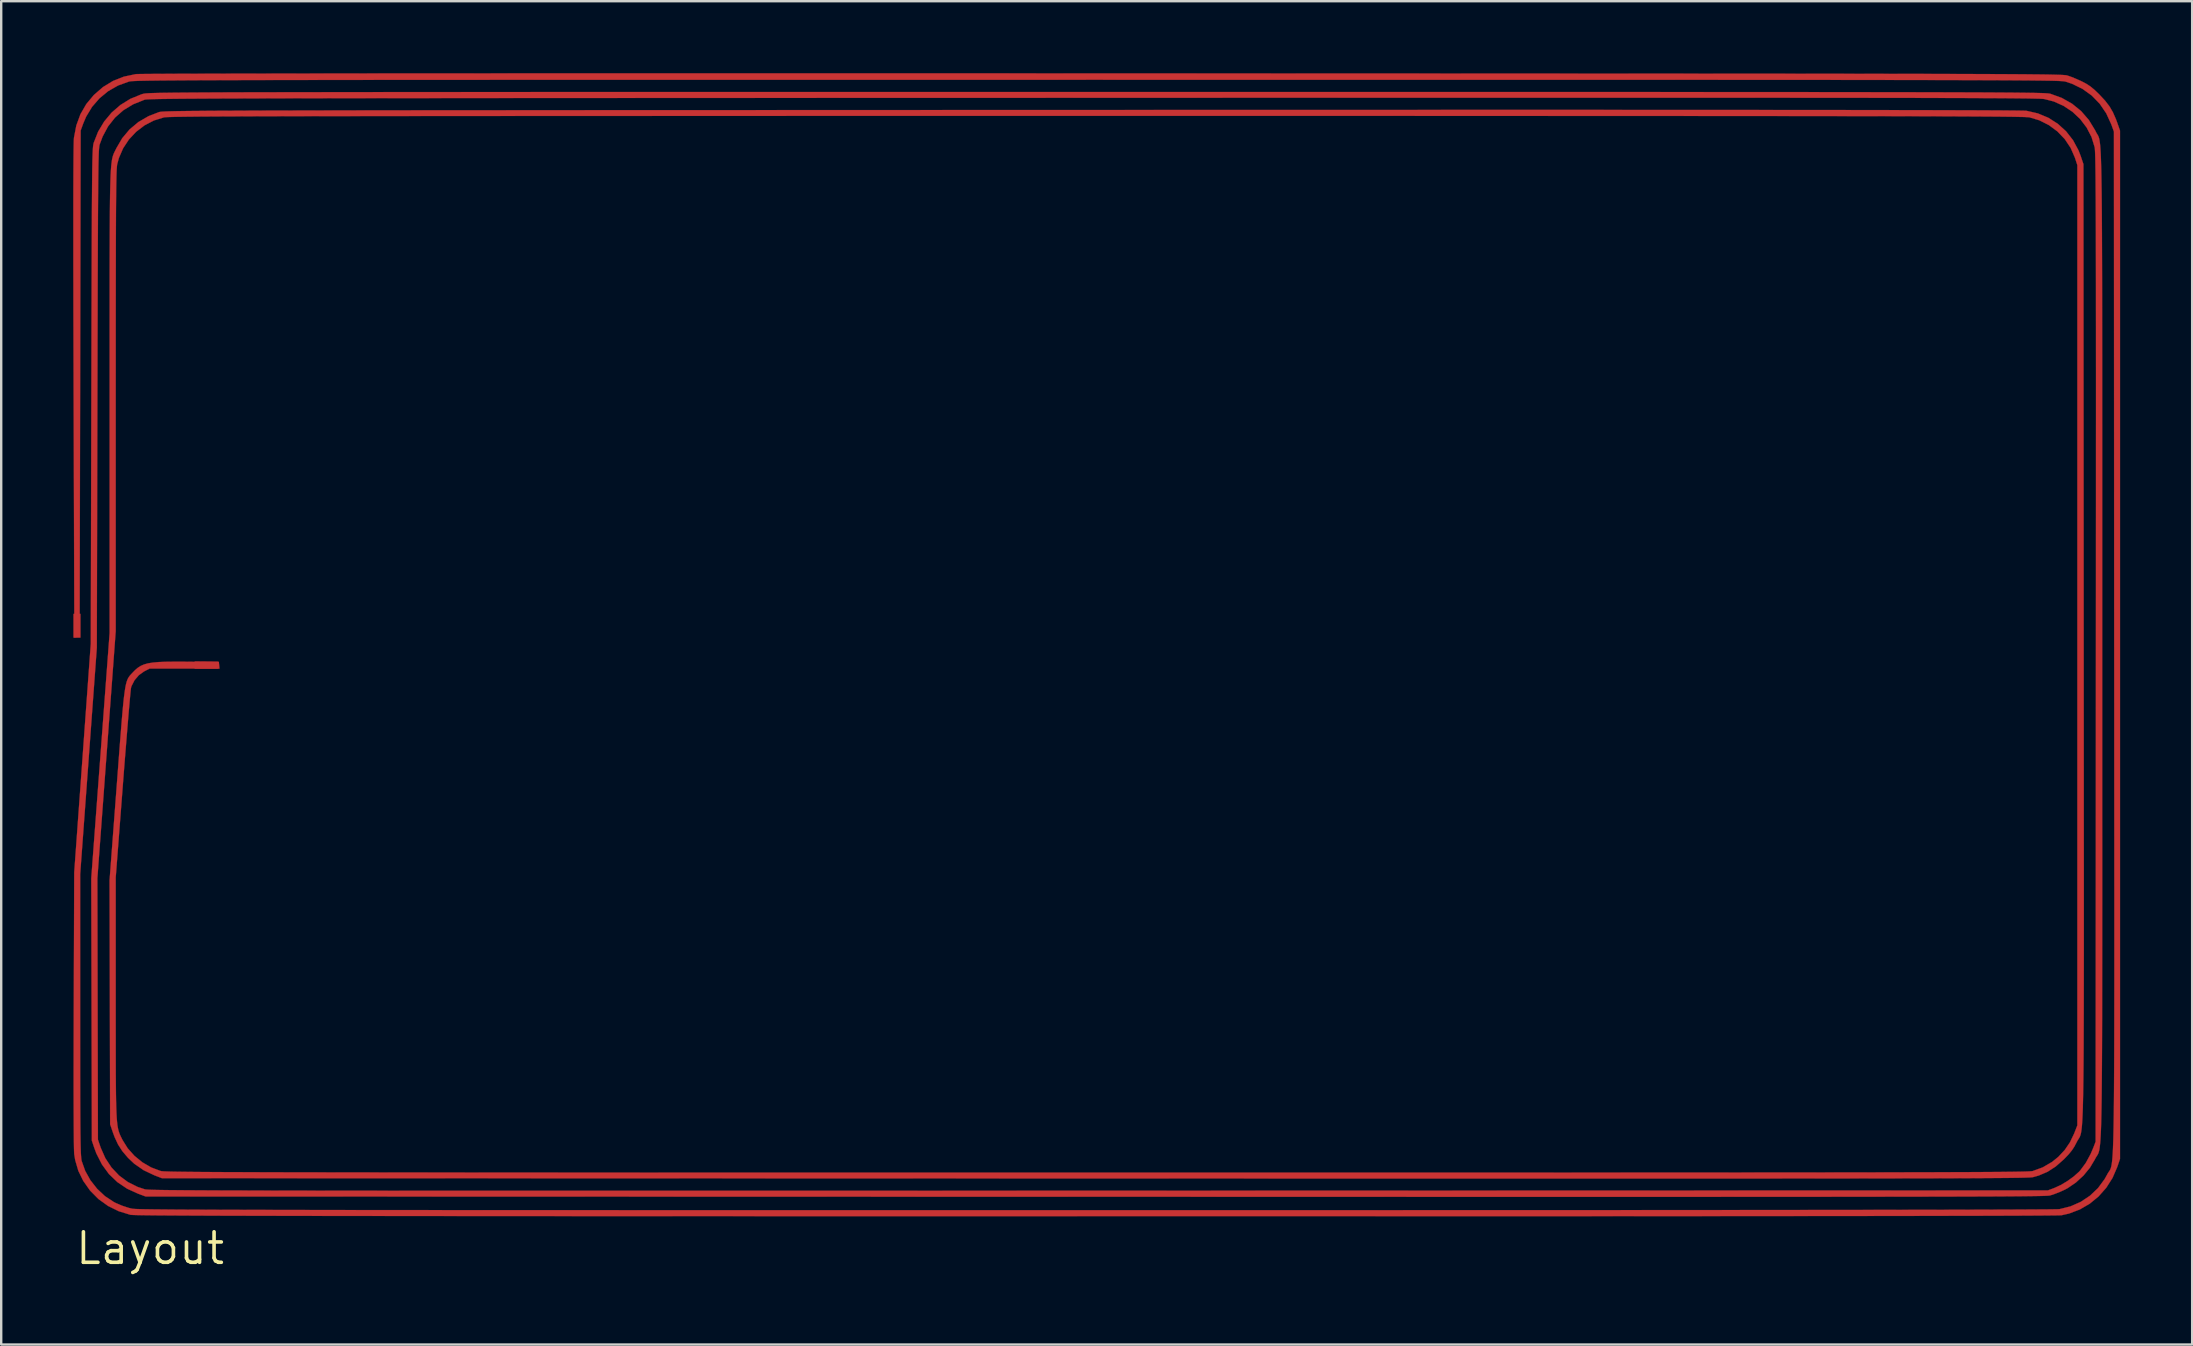
<source format=kicad_pcb>
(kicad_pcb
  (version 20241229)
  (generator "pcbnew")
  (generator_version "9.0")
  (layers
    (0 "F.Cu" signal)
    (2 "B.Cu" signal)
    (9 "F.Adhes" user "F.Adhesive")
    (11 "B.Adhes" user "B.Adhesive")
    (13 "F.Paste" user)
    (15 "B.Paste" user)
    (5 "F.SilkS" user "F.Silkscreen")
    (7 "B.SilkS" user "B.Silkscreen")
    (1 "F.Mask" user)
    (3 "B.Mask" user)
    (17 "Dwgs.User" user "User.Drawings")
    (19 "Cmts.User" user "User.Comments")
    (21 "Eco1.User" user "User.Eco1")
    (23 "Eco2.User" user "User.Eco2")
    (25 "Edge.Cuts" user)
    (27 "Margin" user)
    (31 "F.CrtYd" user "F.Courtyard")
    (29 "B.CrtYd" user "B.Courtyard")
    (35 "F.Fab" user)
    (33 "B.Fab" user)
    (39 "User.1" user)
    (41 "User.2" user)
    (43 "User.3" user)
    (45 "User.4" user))
  (footprint "Layout"
    (layer "F.Cu")
    (at 42.707 23.959)
    (property "Reference" "Layout" (at -39.5 25 0) (layer "F.SilkS") (effects (font (size 1.27 1.27) (thickness 0.15))))
    (attr through_hole)
    (fp_poly (pts (xy -13.17 -23.954) (xy -10.997 -23.954) (xy -8.741 -23.954) (xy -6.4 -23.953) (xy -3.975 -23.953) (xy -1.467 -23.952) (xy 0.169 -23.952) (xy 2.383 -23.951) (xy 4.513 -23.95) (xy 6.562 -23.95) (xy 8.532 -23.949) (xy 10.422 -23.948) (xy 12.237 -23.948) (xy 13.976 -23.947) (xy 15.641 -23.946) (xy 17.235 -23.946) (xy 18.758 -23.945) (xy 20.213 -23.944) (xy 21.6 -23.944) (xy 22.922 -23.943) (xy 24.181 -23.942) (xy 25.376 -23.941) (xy 26.511 -23.94) (xy 27.587 -23.94) (xy 28.606 -23.939) (xy 29.568 -23.938) (xy 30.476 -23.937) (xy 31.331 -23.936) (xy 32.135 -23.935) (xy 32.89 -23.933) (xy 33.597 -23.932) (xy 34.257 -23.931) (xy 34.872 -23.93) (xy 35.444 -23.928) (xy 35.975 -23.927) (xy 36.466 -23.925) (xy 36.918 -23.923) (xy 37.333 -23.922) (xy 37.714 -23.92) (xy 38.06 -23.918) (xy 38.375 -23.916) (xy 38.659 -23.914) (xy 38.915 -23.911) (xy 39.143 -23.909) (xy 39.345 -23.907) (xy 39.524 -23.904) (xy 39.68 -23.901) (xy 39.815 -23.898) (xy 39.931 -23.895) (xy 40.029 -23.892) (xy 40.111 -23.889) (xy 40.179 -23.886) (xy 40.234 -23.882) (xy 40.278 -23.879) (xy 40.312 -23.875) (xy 40.338 -23.871) (xy 40.357 -23.867) (xy 40.365 -23.865) (xy 40.523 -23.811) (xy 40.721 -23.731) (xy 40.922 -23.642) (xy 40.979 -23.615) (xy 41.167 -23.516) (xy 41.329 -23.41) (xy 41.489 -23.279) (xy 41.674 -23.103) (xy 41.701 -23.076) (xy 41.94 -22.82) (xy 42.124 -22.582) (xy 42.27 -22.332) (xy 42.396 -22.045) (xy 42.447 -21.907) (xy 42.566 -21.569) (xy 42.566 21.273) (xy 42.451 21.611) (xy 42.254 22.065) (xy 41.992 22.476) (xy 41.673 22.836) (xy 41.303 23.14) (xy 40.892 23.379) (xy 40.447 23.548) (xy 40.129 23.62) (xy 40.077 23.622) (xy 39.956 23.625) (xy 39.764 23.627) (xy 39.503 23.63) (xy 39.17 23.632) (xy 38.765 23.635) (xy 38.289 23.637) (xy 37.74 23.639) (xy 37.119 23.641) (xy 36.424 23.643) (xy 35.655 23.644) (xy 34.812 23.646) (xy 33.894 23.648) (xy 32.901 23.649) (xy 31.832 23.651) (xy 30.687 23.652) (xy 29.465 23.653) (xy 28.166 23.654) (xy 26.79 23.655) (xy 25.335 23.656) (xy 23.802 23.657) (xy 22.189 23.658) (xy 20.497 23.659) (xy 18.725 23.659) (xy 16.872 23.66) (xy 14.939 23.66) (xy 12.924 23.66) (xy 10.827 23.661) (xy 8.647 23.661) (xy 6.385 23.661) (xy 4.039 23.661) (xy 1.61 23.661) (xy -0.106 23.661) (xy -2.371 23.66) (xy -4.552 23.66) (xy -6.652 23.66) (xy -8.672 23.66) (xy -10.613 23.659) (xy -12.476 23.659) (xy -14.264 23.659) (xy -15.977 23.658) (xy -17.617 23.658) (xy -19.185 23.657) (xy -20.684 23.657) (xy -22.113 23.656) (xy -23.476 23.655) (xy -24.772 23.655) (xy -26.005 23.654) (xy -27.175 23.653) (xy -28.283 23.652) (xy -29.331 23.651) (xy -30.321 23.65) (xy -31.254 23.649) (xy -32.131 23.648) (xy -32.954 23.647) (xy -33.725 23.646) (xy -34.444 23.644) (xy -35.114 23.643) (xy -35.735 23.641) (xy -36.31 23.64) (xy -36.839 23.638) (xy -37.324 23.636) (xy -37.767 23.634) (xy -38.169 23.632) (xy -38.531 23.63) (xy -38.856 23.628) (xy -39.143 23.626) (xy -39.396 23.624) (xy -39.615 23.621) (xy -39.801 23.619) (xy -39.957 23.616) (xy -40.083 23.613) (xy -40.181 23.61) (xy -40.253 23.607) (xy -40.3 23.604) (xy -40.322 23.602) (xy -40.808 23.453) (xy -41.255 23.233) (xy -41.655 22.945) (xy -42.002 22.595) (xy -42.289 22.189) (xy -42.494 21.769) (xy -42.624 21.326) (xy -42.665 21.077) (xy -42.67 20.991) (xy -42.675 20.824) (xy -42.679 20.581) (xy -42.682 20.264) (xy -42.685 19.879) (xy -42.687 19.429) (xy -42.689 18.917) (xy -42.69 18.349) (xy -42.69 17.727) (xy -42.689 17.056) (xy -42.688 16.34) (xy -42.686 15.582) (xy -42.685 15.048) (xy -42.665 9.335) (xy -41.975 -0.191) (xy -41.952 -10.499) (xy -41.949 -11.603) (xy -41.947 -12.627) (xy -41.945 -13.572) (xy -41.942 -14.442) (xy -41.94 -15.24) (xy -41.938 -15.969) (xy -41.936 -16.633) (xy -41.934 -17.235) (xy -41.931 -17.778) (xy -41.929 -18.265) (xy -41.926 -18.699) (xy -41.923 -19.084) (xy -41.92 -19.422) (xy -41.917 -19.718) (xy -41.914 -19.973) (xy -41.91 -20.192) (xy -41.906 -20.378) (xy -41.901 -20.533) (xy -41.896 -20.662) (xy -41.891 -20.766) (xy -41.885 -20.85) (xy -41.879 -20.916) (xy -41.872 -20.969) (xy -41.865 -21.01) (xy -41.857 -21.043) (xy -41.852 -21.061) (xy -41.67 -21.522) (xy -41.419 -21.943) (xy -41.107 -22.317) (xy -40.74 -22.635) (xy -40.326 -22.891) (xy -39.874 -23.076) (xy -39.793 -23.1) (xy -39.776 -23.104) (xy -39.755 -23.108) (xy -39.728 -23.112) (xy -39.694 -23.116) (xy -39.652 -23.12) (xy -39.598 -23.123) (xy -39.533 -23.127) (xy -39.454 -23.13) (xy -39.36 -23.133) (xy -39.249 -23.136) (xy -39.119 -23.139) (xy -38.97 -23.142) (xy -38.798 -23.144) (xy -38.603 -23.147) (xy -38.384 -23.149) (xy -38.137 -23.151) (xy -37.863 -23.153) (xy -37.559 -23.155) (xy -37.223 -23.157) (xy -36.855 -23.159) (xy -36.452 -23.161) (xy -36.012 -23.162) (xy -35.535 -23.164) (xy -35.019 -23.165) (xy -34.461 -23.166) (xy -33.861 -23.167) (xy -33.216 -23.168) (xy -32.526 -23.169) (xy -31.788 -23.17) (xy -31.001 -23.171) (xy -30.163 -23.172) (xy -29.273 -23.173) (xy -28.33 -23.173) (xy -27.33 -23.174) (xy -26.274 -23.175) (xy -25.158 -23.175) (xy -23.983 -23.175) (xy -22.745 -23.176) (xy -21.444 -23.176) (xy -20.077 -23.176) (xy -18.644 -23.177) (xy -17.143 -23.177) (xy -15.571 -23.177) (xy -13.928 -23.177) (xy -12.211 -23.177) (xy -10.42 -23.177) (xy -8.552 -23.177) (xy -6.606 -23.177) (xy -4.581 -23.177) (xy -2.474 -23.177) (xy -0.284 -23.177) (xy -0.064 -23.177) (xy 2.135 -23.177) (xy 4.251 -23.177) (xy 6.286 -23.177) (xy 8.24 -23.177) (xy 10.117 -23.177) (xy 11.917 -23.177) (xy 13.641 -23.177) (xy 15.293 -23.177) (xy 16.872 -23.177) (xy 18.381 -23.177) (xy 19.822 -23.176) (xy 21.196 -23.176) (xy 22.504 -23.176) (xy 23.749 -23.175) (xy 24.931 -23.175) (xy 26.053 -23.174) (xy 27.116 -23.174) (xy 28.122 -23.173) (xy 29.072 -23.173) (xy 29.968 -23.172) (xy 30.811 -23.171) (xy 31.604 -23.17) (xy 32.347 -23.169) (xy 33.042 -23.168) (xy 33.692 -23.167) (xy 34.296 -23.166) (xy 34.859 -23.165) (xy 35.379 -23.163) (xy 35.861 -23.162) (xy 36.304 -23.16) (xy 36.71 -23.159) (xy 37.082 -23.157) (xy 37.421 -23.155) (xy 37.728 -23.153) (xy 38.005 -23.151) (xy 38.254 -23.149) (xy 38.476 -23.146) (xy 38.673 -23.144) (xy 38.846 -23.141) (xy 38.997 -23.139) (xy 39.128 -23.136) (xy 39.24 -23.133) (xy 39.336 -23.13) (xy 39.415 -23.127) (xy 39.481 -23.123) (xy 39.534 -23.12) (xy 39.577 -23.116) (xy 39.61 -23.112) (xy 39.636 -23.108) (xy 39.657 -23.104) (xy 39.666 -23.102) (xy 40.142 -22.929) (xy 40.57 -22.687) (xy 40.947 -22.38) (xy 41.268 -22.01) (xy 41.528 -21.583) (xy 41.557 -21.525) (xy 41.577 -21.485) (xy 41.596 -21.452) (xy 41.615 -21.422) (xy 41.632 -21.394) (xy 41.648 -21.366) (xy 41.664 -21.334) (xy 41.678 -21.298) (xy 41.692 -21.255) (xy 41.704 -21.202) (xy 41.716 -21.138) (xy 41.727 -21.059) (xy 41.738 -20.965) (xy 41.747 -20.852) (xy 41.756 -20.718) (xy 41.764 -20.562) (xy 41.772 -20.38) (xy 41.778 -20.171) (xy 41.785 -19.932) (xy 41.79 -19.662) (xy 41.795 -19.358) (xy 41.8 -19.017) (xy 41.804 -18.638) (xy 41.808 -18.217) (xy 41.811 -17.754) (xy 41.814 -17.246) (xy 41.816 -16.69) (xy 41.818 -16.085) (xy 41.82 -15.427) (xy 41.821 -14.715) (xy 41.822 -13.947) (xy 41.823 -13.12) (xy 41.824 -12.232) (xy 41.824 -11.281) (xy 41.824 -10.265) (xy 41.825 -9.181) (xy 41.825 -8.027) (xy 41.825 -6.801) (xy 41.825 -5.501) (xy 41.825 -4.124) (xy 41.825 -2.668) (xy 41.825 -1.131) (xy 41.825 -0.157) (xy 41.825 1.432) (xy 41.825 2.938) (xy 41.825 4.363) (xy 41.825 5.711) (xy 41.825 6.983) (xy 41.826 8.181) (xy 41.826 9.309) (xy 41.826 10.367) (xy 41.825 11.359) (xy 41.825 12.286) (xy 41.824 13.15) (xy 41.823 13.955) (xy 41.822 14.702) (xy 41.821 15.393) (xy 41.819 16.031) (xy 41.817 16.618) (xy 41.814 17.157) (xy 41.811 17.648) (xy 41.807 18.095) (xy 41.803 18.5) (xy 41.799 18.865) (xy 41.794 19.193) (xy 41.788 19.485) (xy 41.782 19.744) (xy 41.775 19.972) (xy 41.767 20.171) (xy 41.758 20.344) (xy 41.749 20.493) (xy 41.739 20.619) (xy 41.728 20.726) (xy 41.717 20.816) (xy 41.704 20.89) (xy 41.691 20.951) (xy 41.676 21.001) (xy 41.661 21.043) (xy 41.644 21.079) (xy 41.627 21.11) (xy 41.608 21.14) (xy 41.589 21.17) (xy 41.568 21.203) (xy 41.546 21.24) (xy 41.523 21.285) (xy 41.521 21.29) (xy 41.315 21.636) (xy 41.045 21.965) (xy 40.728 22.256) (xy 40.386 22.49) (xy 40.259 22.558) (xy 40.064 22.646) (xy 39.861 22.726) (xy 39.686 22.785) (xy 39.644 22.796) (xy 39.623 22.8) (xy 39.589 22.803) (xy 39.54 22.807) (xy 39.475 22.81) (xy 39.392 22.813) (xy 39.29 22.816) (xy 39.166 22.819) (xy 39.02 22.821) (xy 38.85 22.824) (xy 38.654 22.826) (xy 38.431 22.829) (xy 38.178 22.831) (xy 37.896 22.833) (xy 37.581 22.835) (xy 37.233 22.837) (xy 36.849 22.838) (xy 36.429 22.84) (xy 35.971 22.841) (xy 35.472 22.843) (xy 34.933 22.844) (xy 34.35 22.845) (xy 33.723 22.846) (xy 33.049 22.847) (xy 32.328 22.848) (xy 31.558 22.849) (xy 30.737 22.85) (xy 29.864 22.851) (xy 28.936 22.851) (xy 27.954 22.852) (xy 26.914 22.852) (xy 25.815 22.853) (xy 24.656 22.853) (xy 23.436 22.853) (xy 22.152 22.853) (xy 20.803 22.853) (xy 19.388 22.853) (xy 17.905 22.853) (xy 16.352 22.853) (xy 14.728 22.853) (xy 13.031 22.853) (xy 11.26 22.852) (xy 9.413 22.852) (xy 7.488 22.851) (xy 5.485 22.851) (xy 3.401 22.85) (xy 1.235 22.85) (xy -0.15 22.85) (xy -39.688 22.839) (xy -39.998 22.725) (xy -40.461 22.514) (xy -40.868 22.239) (xy -41.218 21.903) (xy -41.509 21.505) (xy -41.742 21.048) (xy -41.832 20.807) (xy -41.931 20.511) (xy -41.943 15.046) (xy -41.955 9.582) (xy -41.573 4.471) (xy -41.19 -0.64) (xy -41.19 -10.244) (xy -41.19 -11.329) (xy -41.19 -12.333) (xy -41.191 -13.259) (xy -41.19 -14.11) (xy -41.19 -14.89) (xy -41.19 -15.602) (xy -41.189 -16.249) (xy -41.187 -16.835) (xy -41.185 -17.363) (xy -41.182 -17.836) (xy -41.179 -18.258) (xy -41.175 -18.632) (xy -41.17 -18.961) (xy -41.163 -19.249) (xy -41.156 -19.499) (xy -41.148 -19.714) (xy -41.138 -19.898) (xy -41.127 -20.054) (xy -41.114 -20.185) (xy -41.1 -20.295) (xy -41.085 -20.387) (xy -41.067 -20.464) (xy -41.048 -20.53) (xy -41.027 -20.588) (xy -41.004 -20.641) (xy -40.979 -20.693) (xy -40.952 -20.747) (xy -40.922 -20.806) (xy -40.913 -20.827) (xy -40.666 -21.25) (xy -40.358 -21.617) (xy -39.991 -21.925) (xy -39.569 -22.17) (xy -39.135 -22.338) (xy -39.118 -22.342) (xy -39.098 -22.346) (xy -39.071 -22.35) (xy -39.037 -22.354) (xy -38.994 -22.358) (xy -38.939 -22.361) (xy -38.872 -22.365) (xy -38.791 -22.368) (xy -38.694 -22.371) (xy -38.58 -22.374) (xy -38.446 -22.377) (xy -38.292 -22.38) (xy -38.115 -22.382) (xy -37.915 -22.385) (xy -37.689 -22.387) (xy -37.436 -22.389) (xy -37.154 -22.392) (xy -36.842 -22.394) (xy -36.497 -22.396) (xy -36.119 -22.397) (xy -35.706 -22.399) (xy -35.255 -22.401) (xy -34.766 -22.403) (xy -34.237 -22.404) (xy -33.666 -22.405) (xy -33.052 -22.407) (xy -32.392 -22.408) (xy -31.686 -22.409) (xy -30.932 -22.411) (xy -30.127 -22.412) (xy -29.271 -22.413) (xy -28.362 -22.414) (xy -27.398 -22.415) (xy -26.377 -22.416) (xy -25.299 -22.416) (xy -24.16 -22.417) (xy -22.961 -22.418) (xy -21.698 -22.419) (xy -20.371 -22.42) (xy -18.978 -22.42) (xy -17.516 -22.421) (xy -15.986 -22.422) (xy -14.384 -22.422) (xy -12.709 -22.423) (xy -10.961 -22.424) (xy -9.136 -22.424) (xy -7.233 -22.425) (xy -5.252 -22.426) (xy -3.189 -22.426) (xy -1.044 -22.427) (xy -0.275 -22.427) (xy 2.06 -22.428) (xy 4.312 -22.429) (xy 6.481 -22.429) (xy 8.568 -22.43) (xy 10.576 -22.43) (xy 12.503 -22.43) (xy 14.353 -22.431) (xy 16.125 -22.431) (xy 17.821 -22.431) (xy 19.442 -22.431) (xy 20.989 -22.431) (xy 22.462 -22.43) (xy 23.864 -22.43) (xy 25.195 -22.429) (xy 26.456 -22.429) (xy 27.648 -22.428) (xy 28.773 -22.427) (xy 29.83 -22.427) (xy 30.822 -22.426) (xy 31.75 -22.424) (xy 32.614 -22.423) (xy 33.416 -22.422) (xy 34.156 -22.421) (xy 34.836 -22.419) (xy 35.456 -22.417) (xy 36.018 -22.416) (xy 36.524 -22.414) (xy 36.973 -22.412) (xy 37.367 -22.41) (xy 37.707 -22.408) (xy 37.994 -22.405) (xy 38.229 -22.403) (xy 38.413 -22.4) (xy 38.548 -22.398) (xy 38.633 -22.395) (xy 38.669 -22.393) (xy 39.142 -22.285) (xy 39.579 -22.103) (xy 39.973 -21.852) (xy 40.319 -21.539) (xy 40.609 -21.168) (xy 40.837 -20.744) (xy 40.926 -20.514) (xy 41.042 -20.172) (xy 41.053 -0.284) (xy 41.054 1.281) (xy 41.055 2.764) (xy 41.056 4.167) (xy 41.057 5.492) (xy 41.057 6.742) (xy 41.058 7.918) (xy 41.059 9.023) (xy 41.059 10.059) (xy 41.059 11.029) (xy 41.059 11.935) (xy 41.059 12.779) (xy 41.058 13.563) (xy 41.057 14.289) (xy 41.056 14.961) (xy 41.054 15.58) (xy 41.052 16.148) (xy 41.05 16.667) (xy 41.047 17.141) (xy 41.043 17.571) (xy 41.039 17.96) (xy 41.034 18.309) (xy 41.029 18.621) (xy 41.023 18.899) (xy 41.017 19.144) (xy 41.009 19.359) (xy 41.001 19.547) (xy 40.992 19.708) (xy 40.983 19.847) (xy 40.972 19.964) (xy 40.961 20.062) (xy 40.949 20.144) (xy 40.936 20.212) (xy 40.922 20.268) (xy 40.906 20.314) (xy 40.89 20.353) (xy 40.873 20.387) (xy 40.855 20.417) (xy 40.835 20.448) (xy 40.815 20.479) (xy 40.793 20.515) (xy 40.77 20.557) (xy 40.762 20.574) (xy 40.663 20.762) (xy 40.557 20.922) (xy 40.427 21.081) (xy 40.252 21.264) (xy 40.221 21.295) (xy 39.887 21.589) (xy 39.547 21.809) (xy 39.184 21.964) (xy 38.94 22.033) (xy 38.918 22.037) (xy 38.884 22.04) (xy 38.838 22.044) (xy 38.776 22.047) (xy 38.697 22.05) (xy 38.601 22.053) (xy 38.484 22.056) (xy 38.346 22.059) (xy 38.186 22.061) (xy 38 22.064) (xy 37.789 22.066) (xy 37.55 22.068) (xy 37.281 22.07) (xy 36.982 22.072) (xy 36.65 22.074) (xy 36.284 22.076) (xy 35.882 22.078) (xy 35.443 22.079) (xy 34.966 22.081) (xy 34.447 22.082) (xy 33.887 22.083) (xy 33.283 22.084) (xy 32.634 22.085) (xy 31.938 22.086) (xy 31.193 22.087) (xy 30.399 22.088) (xy 29.553 22.089) (xy 28.654 22.089) (xy 27.7 22.09) (xy 26.689 22.09) (xy 25.621 22.091) (xy 24.493 22.091) (xy 23.304 22.091) (xy 22.052 22.091) (xy 20.736 22.091) (xy 19.354 22.091) (xy 17.905 22.091) (xy 16.386 22.091) (xy 14.797 22.091) (xy 13.136 22.091) (xy 11.4 22.09) (xy 9.589 22.09) (xy 7.702 22.09) (xy 5.735 22.089) (xy 3.688 22.089) (xy 1.56 22.088) (xy -0.176 22.088) (xy -39.01 22.077) (xy -39.327 21.955) (xy -39.774 21.743) (xy -40.163 21.474) (xy -40.425 21.227) (xy -40.658 20.952) (xy -40.838 20.674) (xy -40.984 20.36) (xy -41.053 20.172) (xy -41.169 19.833) (xy -41.181 14.753) (xy -41.193 9.673) (xy -40.89 5.673) (xy -40.837 4.977) (xy -40.791 4.36) (xy -40.749 3.817) (xy -40.711 3.343) (xy -40.678 2.933) (xy -40.647 2.581) (xy -40.619 2.283) (xy -40.592 2.032) (xy -40.565 1.825) (xy -40.539 1.655) (xy -40.512 1.517) (xy -40.484 1.407) (xy -40.454 1.319) (xy -40.421 1.248) (xy -40.384 1.188) (xy -40.344 1.135) (xy -40.298 1.084) (xy -40.246 1.028) (xy -40.245 1.027) (xy -40.131 0.91) (xy -40.018 0.813) (xy -39.897 0.735) (xy -39.759 0.674) (xy -39.595 0.628) (xy -39.395 0.595) (xy -39.151 0.573) (xy -38.852 0.561) (xy -38.49 0.557) (xy -38.056 0.558) (xy -37.91 0.559) (xy -36.639 0.572) (xy -36.626 0.709) (xy -36.613 0.847) (xy -39.53 0.847) (xy -39.757 0.965) (xy -39.973 1.12) (xy -40.154 1.333) (xy -40.277 1.575) (xy -40.298 1.644) (xy -40.307 1.709) (xy -40.322 1.851) (xy -40.342 2.065) (xy -40.367 2.346) (xy -40.397 2.685) (xy -40.43 3.079) (xy -40.466 3.519) (xy -40.505 4) (xy -40.547 4.516) (xy -40.59 5.06) (xy -40.634 5.627) (xy -40.637 5.675) (xy -40.936 9.551) (xy -40.936 14.565) (xy -40.936 15.346) (xy -40.935 16.048) (xy -40.935 16.674) (xy -40.934 17.23) (xy -40.933 17.721) (xy -40.93 18.15) (xy -40.926 18.524) (xy -40.921 18.847) (xy -40.914 19.123) (xy -40.905 19.357) (xy -40.895 19.554) (xy -40.881 19.72) (xy -40.866 19.858) (xy -40.847 19.973) (xy -40.826 20.071) (xy -40.801 20.155) (xy -40.773 20.232) (xy -40.741 20.305) (xy -40.705 20.379) (xy -40.665 20.459) (xy -40.653 20.484) (xy -40.438 20.829) (xy -40.157 21.144) (xy -39.825 21.415) (xy -39.457 21.629) (xy -39.07 21.774) (xy -39.05 21.779) (xy -39.03 21.783) (xy -38.998 21.786) (xy -38.951 21.79) (xy -38.889 21.793) (xy -38.809 21.796) (xy -38.711 21.799) (xy -38.592 21.802) (xy -38.451 21.805) (xy -38.287 21.807) (xy -38.097 21.81) (xy -37.881 21.812) (xy -37.636 21.815) (xy -37.361 21.817) (xy -37.055 21.819) (xy -36.715 21.821) (xy -36.341 21.823) (xy -35.931 21.824) (xy -35.482 21.826) (xy -34.995 21.828) (xy -34.466 21.829) (xy -33.894 21.831) (xy -33.278 21.832) (xy -32.617 21.833) (xy -31.908 21.834) (xy -31.15 21.835) (xy -30.341 21.836) (xy -29.48 21.837) (xy -28.566 21.838) (xy -27.596 21.839) (xy -26.569 21.839) (xy -25.484 21.84) (xy -24.338 21.841) (xy -23.131 21.841) (xy -21.861 21.842) (xy -20.525 21.842) (xy -19.123 21.842) (xy -17.654 21.843) (xy -16.114 21.843) (xy -14.503 21.843) (xy -12.82 21.843) (xy -11.062 21.844) (xy -9.228 21.844) (xy -7.316 21.844) (xy -5.326 21.844) (xy -3.254 21.844) (xy -1.101 21.844) (xy -0.064 21.844) (xy 2.128 21.844) (xy 4.236 21.844) (xy 6.263 21.844) (xy 8.21 21.844) (xy 10.079 21.844) (xy 11.871 21.844) (xy 13.587 21.843) (xy 15.231 21.843) (xy 16.802 21.843) (xy 18.303 21.843) (xy 19.735 21.842) (xy 21.1 21.842) (xy 22.4 21.841) (xy 23.636 21.841) (xy 24.809 21.84) (xy 25.921 21.84) (xy 26.974 21.839) (xy 27.97 21.838) (xy 28.909 21.838) (xy 29.794 21.837) (xy 30.627 21.836) (xy 31.407 21.835) (xy 32.139 21.834) (xy 32.822 21.833) (xy 33.459 21.831) (xy 34.051 21.83) (xy 34.599 21.829) (xy 35.106 21.827) (xy 35.573 21.825) (xy 36.001 21.824) (xy 36.392 21.822) (xy 36.748 21.82) (xy 37.071 21.818) (xy 37.361 21.816) (xy 37.62 21.814) (xy 37.851 21.811) (xy 38.054 21.809) (xy 38.231 21.806) (xy 38.384 21.804) (xy 38.515 21.801) (xy 38.625 21.798) (xy 38.715 21.795) (xy 38.787 21.792) (xy 38.843 21.788) (xy 38.884 21.785) (xy 38.913 21.781) (xy 38.926 21.779) (xy 39.348 21.625) (xy 39.739 21.396) (xy 39.997 21.186) (xy 40.264 20.9) (xy 40.479 20.584) (xy 40.657 20.212) (xy 40.677 20.161) (xy 40.788 19.875) (xy 40.788 -20.13) (xy 40.687 -20.44) (xy 40.51 -20.847) (xy 40.264 -21.214) (xy 39.958 -21.534) (xy 39.601 -21.798) (xy 39.203 -21.998) (xy 38.798 -22.119) (xy 38.774 -22.123) (xy 38.735 -22.126) (xy 38.678 -22.129) (xy 38.604 -22.133) (xy 38.509 -22.136) (xy 38.393 -22.138) (xy 38.254 -22.141) (xy 38.09 -22.144) (xy 37.9 -22.146) (xy 37.683 -22.149) (xy 37.435 -22.151) (xy 37.157 -22.153) (xy 36.847 -22.155) (xy 36.502 -22.157) (xy 36.122 -22.159) (xy 35.704 -22.161) (xy 35.248 -22.163) (xy 34.751 -22.164) (xy 34.213 -22.166) (xy 33.63 -22.167) (xy 33.003 -22.169) (xy 32.329 -22.17) (xy 31.607 -22.171) (xy 30.835 -22.172) (xy 30.012 -22.173) (xy 29.136 -22.174) (xy 28.205 -22.175) (xy 27.218 -22.176) (xy 26.174 -22.176) (xy 25.07 -22.177) (xy 23.906 -22.178) (xy 22.679 -22.178) (xy 21.388 -22.179) (xy 20.031 -22.179) (xy 18.608 -22.18) (xy 17.116 -22.18) (xy 15.554 -22.18) (xy 13.919 -22.18) (xy 12.212 -22.181) (xy 10.429 -22.181) (xy 8.57 -22.181) (xy 6.633 -22.181) (xy 4.617 -22.181) (xy 2.519 -22.181) (xy 0.338 -22.181) (xy -0.064 -22.181) (xy -2.259 -22.181) (xy -4.371 -22.181) (xy -6.401 -22.181) (xy -8.352 -22.181) (xy -10.224 -22.181) (xy -12.02 -22.181) (xy -13.74 -22.18) (xy -15.387 -22.18) (xy -16.961 -22.18) (xy -18.465 -22.18) (xy -19.9 -22.179) (xy -21.268 -22.179) (xy -22.57 -22.178) (xy -23.808 -22.178) (xy -24.983 -22.177) (xy -26.097 -22.177) (xy -27.151 -22.176) (xy -28.148 -22.175) (xy -29.088 -22.174) (xy -29.974 -22.173) (xy -30.806 -22.172) (xy -31.587 -22.171) (xy -32.318 -22.17) (xy -33 -22.169) (xy -33.636 -22.168) (xy -34.226 -22.166) (xy -34.772 -22.165) (xy -35.276 -22.163) (xy -35.74 -22.161) (xy -36.164 -22.16) (xy -36.551 -22.158) (xy -36.903 -22.156) (xy -37.219 -22.154) (xy -37.504 -22.152) (xy -37.757 -22.149) (xy -37.98 -22.147) (xy -38.176 -22.144) (xy -38.345 -22.142) (xy -38.489 -22.139) (xy -38.61 -22.136) (xy -38.709 -22.133) (xy -38.788 -22.13) (xy -38.849 -22.127) (xy -38.892 -22.123) (xy -38.92 -22.12) (xy -38.925 -22.119) (xy -39.346 -21.989) (xy -39.736 -21.786) (xy -40.085 -21.519) (xy -40.386 -21.198) (xy -40.628 -20.831) (xy -40.803 -20.428) (xy -40.873 -20.172) (xy -40.88 -20.13) (xy -40.886 -20.071) (xy -40.892 -19.993) (xy -40.898 -19.891) (xy -40.903 -19.763) (xy -40.907 -19.605) (xy -40.911 -19.414) (xy -40.915 -19.188) (xy -40.918 -18.922) (xy -40.921 -18.614) (xy -40.924 -18.26) (xy -40.926 -17.857) (xy -40.928 -17.402) (xy -40.93 -16.892) (xy -40.931 -16.323) (xy -40.932 -15.692) (xy -40.933 -14.997) (xy -40.934 -14.233) (xy -40.935 -13.398) (xy -40.935 -12.488) (xy -40.935 -11.5) (xy -40.936 -10.432) (xy -40.936 -10.293) (xy -40.936 -0.711) (xy -41.318 4.438) (xy -41.7 9.587) (xy -41.689 15.028) (xy -41.677 20.468) (xy -41.561 20.807) (xy -41.368 21.243) (xy -41.112 21.63) (xy -40.797 21.964) (xy -40.431 22.236) (xy -40.022 22.441) (xy -39.72 22.54) (xy -39.7 22.543) (xy -39.67 22.547) (xy -39.628 22.55) (xy -39.571 22.554) (xy -39.499 22.557) (xy -39.41 22.56) (xy -39.303 22.563) (xy -39.175 22.566) (xy -39.025 22.568) (xy -38.852 22.571) (xy -38.654 22.573) (xy -38.43 22.575) (xy -38.177 22.577) (xy -37.895 22.58) (xy -37.581 22.581) (xy -37.235 22.583) (xy -36.854 22.585) (xy -36.437 22.587) (xy -35.982 22.588) (xy -35.488 22.589) (xy -34.953 22.591) (xy -34.376 22.592) (xy -33.755 22.593) (xy -33.089 22.594) (xy -32.375 22.595) (xy -31.612 22.596) (xy -30.8 22.596) (xy -29.935 22.597) (xy -29.017 22.598) (xy -28.044 22.598) (xy -27.014 22.599) (xy -25.926 22.599) (xy -24.778 22.599) (xy -23.569 22.599) (xy -22.297 22.599) (xy -20.961 22.599) (xy -19.558 22.599) (xy -18.088 22.599) (xy -16.548 22.599) (xy -14.937 22.599) (xy -13.254 22.599) (xy -11.497 22.598) (xy -9.665 22.598) (xy -7.755 22.598) (xy -5.766 22.597) (xy -3.697 22.597) (xy -1.546 22.596) (xy 0.049 22.596) (xy 39.56 22.585) (xy 39.83 22.484) (xy 40.095 22.362) (xy 40.374 22.196) (xy 40.638 22.005) (xy 40.857 21.809) (xy 40.912 21.749) (xy 41.14 21.44) (xy 41.344 21.064) (xy 41.457 20.797) (xy 41.55 20.553) (xy 41.561 -0.012) (xy 41.562 -1.605) (xy 41.563 -3.115) (xy 41.563 -4.545) (xy 41.564 -5.897) (xy 41.564 -7.173) (xy 41.564 -8.375) (xy 41.565 -9.505) (xy 41.565 -10.566) (xy 41.565 -11.56) (xy 41.564 -12.489) (xy 41.564 -13.354) (xy 41.563 -14.159) (xy 41.563 -14.905) (xy 41.562 -15.595) (xy 41.561 -16.231) (xy 41.56 -16.815) (xy 41.559 -17.348) (xy 41.557 -17.834) (xy 41.555 -18.275) (xy 41.554 -18.672) (xy 41.551 -19.028) (xy 41.549 -19.345) (xy 41.547 -19.625) (xy 41.544 -19.87) (xy 41.541 -20.083) (xy 41.538 -20.265) (xy 41.535 -20.42) (xy 41.531 -20.548) (xy 41.527 -20.652) (xy 41.523 -20.735) (xy 41.519 -20.799) (xy 41.514 -20.845) (xy 41.509 -20.876) (xy 41.509 -20.877) (xy 41.379 -21.302) (xy 41.176 -21.694) (xy 40.908 -22.047) (xy 40.586 -22.351) (xy 40.216 -22.598) (xy 39.809 -22.781) (xy 39.412 -22.883) (xy 39.384 -22.887) (xy 39.341 -22.89) (xy 39.282 -22.893) (xy 39.204 -22.897) (xy 39.106 -22.899) (xy 38.987 -22.902) (xy 38.845 -22.905) (xy 38.678 -22.908) (xy 38.485 -22.91) (xy 38.265 -22.912) (xy 38.015 -22.915) (xy 37.735 -22.917) (xy 37.422 -22.919) (xy 37.075 -22.921) (xy 36.693 -22.922) (xy 36.274 -22.924) (xy 35.817 -22.926) (xy 35.319 -22.927) (xy 34.779 -22.928) (xy 34.197 -22.93) (xy 33.569 -22.931) (xy 32.895 -22.932) (xy 32.174 -22.933) (xy 31.402 -22.934) (xy 30.58 -22.935) (xy 29.705 -22.935) (xy 28.776 -22.936) (xy 27.791 -22.936) (xy 26.749 -22.937) (xy 25.648 -22.937) (xy 24.487 -22.937) (xy 23.264 -22.938) (xy 21.977 -22.938) (xy 20.625 -22.938) (xy 19.206 -22.938) (xy 17.72 -22.938) (xy 16.163 -22.938) (xy 14.535 -22.937) (xy 12.835 -22.937) (xy 11.06 -22.937) (xy 9.208 -22.936) (xy 7.28 -22.936) (xy 5.272 -22.936) (xy 3.183 -22.935) (xy 1.013 -22.934) (xy -0.233 -22.934) (xy -2.433 -22.933) (xy -4.551 -22.933) (xy -6.587 -22.932) (xy -8.543 -22.932) (xy -10.421 -22.931) (xy -12.222 -22.93) (xy -13.948 -22.93) (xy -15.601 -22.929) (xy -17.181 -22.928) (xy -18.692 -22.928) (xy -20.133 -22.927) (xy -21.508 -22.926) (xy -22.817 -22.925) (xy -24.062 -22.925) (xy -25.244 -22.924) (xy -26.366 -22.923) (xy -27.429 -22.922) (xy -28.434 -22.921) (xy -29.384 -22.92) (xy -30.278 -22.919) (xy -31.12 -22.918) (xy -31.911 -22.917) (xy -32.653 -22.915) (xy -33.346 -22.914) (xy -33.993 -22.913) (xy -34.595 -22.911) (xy -35.154 -22.91) (xy -35.671 -22.908) (xy -36.148 -22.907) (xy -36.587 -22.905) (xy -36.989 -22.903) (xy -37.356 -22.901) (xy -37.689 -22.899) (xy -37.99 -22.897) (xy -38.26 -22.895) (xy -38.502 -22.892) (xy -38.717 -22.89) (xy -38.905 -22.887) (xy -39.07 -22.885) (xy -39.212 -22.882) (xy -39.333 -22.879) (xy -39.435 -22.876) (xy -39.52 -22.873) (xy -39.588 -22.87) (xy -39.642 -22.866) (xy -39.682 -22.863) (xy -39.712 -22.859) (xy -39.732 -22.855) (xy -39.737 -22.854) (xy -40.205 -22.666) (xy -40.615 -22.418) (xy -40.965 -22.11) (xy -41.255 -21.743) (xy -41.483 -21.317) (xy -41.607 -20.983) (xy -41.614 -20.954) (xy -41.621 -20.913) (xy -41.627 -20.858) (xy -41.633 -20.785) (xy -41.639 -20.69) (xy -41.644 -20.572) (xy -41.648 -20.427) (xy -41.653 -20.251) (xy -41.657 -20.041) (xy -41.66 -19.795) (xy -41.664 -19.509) (xy -41.667 -19.18) (xy -41.67 -18.805) (xy -41.673 -18.381) (xy -41.676 -17.905) (xy -41.678 -17.373) (xy -41.681 -16.782) (xy -41.683 -16.13) (xy -41.686 -15.413) (xy -41.688 -14.628) (xy -41.69 -13.771) (xy -41.693 -12.841) (xy -41.695 -11.833) (xy -41.698 -10.744) (xy -41.699 -10.393) (xy -41.723 -0.021) (xy -42.07 4.699) (xy -42.417 9.419) (xy -42.418 15.263) (xy -42.418 16.096) (xy -42.417 16.849) (xy -42.417 17.526) (xy -42.416 18.131) (xy -42.415 18.667) (xy -42.413 19.141) (xy -42.411 19.554) (xy -42.409 19.913) (xy -42.406 20.22) (xy -42.402 20.48) (xy -42.398 20.698) (xy -42.393 20.877) (xy -42.388 21.022) (xy -42.381 21.137) (xy -42.374 21.226) (xy -42.366 21.294) (xy -42.358 21.344) (xy -42.354 21.359) (xy -42.208 21.771) (xy -41.99 22.162) (xy -41.711 22.518) (xy -41.383 22.825) (xy -41.017 23.067) (xy -40.936 23.109) (xy -40.668 23.223) (xy -40.394 23.313) (xy -40.245 23.348) (xy -40.219 23.351) (xy -40.179 23.354) (xy -40.123 23.358) (xy -40.05 23.361) (xy -39.957 23.364) (xy -39.844 23.367) (xy -39.709 23.37) (xy -39.55 23.372) (xy -39.366 23.375) (xy -39.155 23.377) (xy -38.916 23.379) (xy -38.647 23.382) (xy -38.346 23.384) (xy -38.012 23.386) (xy -37.644 23.388) (xy -37.239 23.389) (xy -36.797 23.391) (xy -36.316 23.393) (xy -35.794 23.394) (xy -35.229 23.396) (xy -34.621 23.397) (xy -33.967 23.398) (xy -33.266 23.399) (xy -32.516 23.401) (xy -31.717 23.402) (xy -30.865 23.403) (xy -29.961 23.403) (xy -29.002 23.404) (xy -27.986 23.405) (xy -26.912 23.406) (xy -25.779 23.406) (xy -24.585 23.407) (xy -23.329 23.407) (xy -22.008 23.408) (xy -20.622 23.408) (xy -19.169 23.409) (xy -17.646 23.409) (xy -16.054 23.409) (xy -14.389 23.409) (xy -12.651 23.41) (xy -10.838 23.41) (xy -8.949 23.41) (xy -6.982 23.41) (xy -4.934 23.41) (xy -2.806 23.41) (xy -0.595 23.41) (xy -0.07 23.41) (xy 2.421 23.41) (xy 4.827 23.41) (xy 7.15 23.41) (xy 9.39 23.409) (xy 11.547 23.409) (xy 13.621 23.408) (xy 15.613 23.408) (xy 17.523 23.407) (xy 19.353 23.407) (xy 21.101 23.406) (xy 22.77 23.405) (xy 24.358 23.404) (xy 25.867 23.403) (xy 27.297 23.402) (xy 28.649 23.401) (xy 29.922 23.399) (xy 31.118 23.398) (xy 32.236 23.397) (xy 33.278 23.395) (xy 34.243 23.393) (xy 35.133 23.392) (xy 35.947 23.39) (xy 36.685 23.388) (xy 37.35 23.386) (xy 37.94 23.384) (xy 38.456 23.382) (xy 38.899 23.379) (xy 39.269 23.377) (xy 39.567 23.375) (xy 39.792 23.372) (xy 39.947 23.37) (xy 40.03 23.367) (xy 40.044 23.366) (xy 40.505 23.25) (xy 40.931 23.062) (xy 41.315 22.806) (xy 41.649 22.489) (xy 41.923 22.117) (xy 42.028 21.929) (xy 42.051 21.886) (xy 42.073 21.85) (xy 42.093 21.82) (xy 42.113 21.791) (xy 42.131 21.764) (xy 42.149 21.734) (xy 42.165 21.701) (xy 42.18 21.661) (xy 42.195 21.613) (xy 42.208 21.555) (xy 42.221 21.483) (xy 42.233 21.397) (xy 42.244 21.294) (xy 42.254 21.171) (xy 42.263 21.027) (xy 42.272 20.859) (xy 42.279 20.665) (xy 42.287 20.443) (xy 42.293 20.191) (xy 42.299 19.906) (xy 42.304 19.587) (xy 42.309 19.231) (xy 42.313 18.836) (xy 42.316 18.399) (xy 42.319 17.919) (xy 42.322 17.393) (xy 42.324 16.82) (xy 42.326 16.196) (xy 42.327 15.52) (xy 42.328 14.79) (xy 42.329 14.003) (xy 42.329 13.157) (xy 42.329 12.251) (xy 42.329 11.281) (xy 42.329 10.245) (xy 42.328 9.142) (xy 42.328 7.97) (xy 42.327 6.725) (xy 42.326 5.406) (xy 42.325 4.011) (xy 42.325 2.537) (xy 42.324 0.982) (xy 42.323 -0.284) (xy 42.312 -21.526) (xy 42.199 -21.837) (xy 41.991 -22.289) (xy 41.72 -22.687) (xy 41.389 -23.028) (xy 41.004 -23.306) (xy 40.569 -23.518) (xy 40.301 -23.608) (xy 40.284 -23.612) (xy 40.263 -23.616) (xy 40.237 -23.62) (xy 40.203 -23.624) (xy 40.161 -23.628) (xy 40.108 -23.631) (xy 40.043 -23.635) (xy 39.964 -23.638) (xy 39.87 -23.641) (xy 39.76 -23.644) (xy 39.631 -23.647) (xy 39.482 -23.649) (xy 39.312 -23.652) (xy 39.118 -23.654) (xy 38.9 -23.657) (xy 38.655 -23.659) (xy 38.383 -23.661) (xy 38.081 -23.663) (xy 37.747 -23.665) (xy 37.381 -23.667) (xy 36.981 -23.668) (xy 36.544 -23.67) (xy 36.07 -23.671) (xy 35.557 -23.673) (xy 35.003 -23.674) (xy 34.407 -23.675) (xy 33.767 -23.676) (xy 33.081 -23.677) (xy 32.349 -23.678) (xy 31.567 -23.679) (xy 30.735 -23.68) (xy 29.852 -23.681) (xy 28.914 -23.681) (xy 27.922 -23.682) (xy 26.873 -23.682) (xy 25.765 -23.683) (xy 24.598 -23.683) (xy 23.369 -23.684) (xy 22.077 -23.684) (xy 20.721 -23.684) (xy 19.298 -23.685) (xy 17.807 -23.685) (xy 16.247 -23.685) (xy 14.615 -23.685) (xy 12.911 -23.685) (xy 11.133 -23.685) (xy 9.278 -23.685) (xy 7.347 -23.685) (xy 5.336 -23.685) (xy 3.244 -23.685) (xy 1.071 -23.685) (xy -0.042 -23.686) (xy -2.26 -23.685) (xy -4.394 -23.685) (xy -6.447 -23.685) (xy -8.42 -23.685) (xy -10.314 -23.685) (xy -12.132 -23.685) (xy -13.875 -23.685) (xy -15.544 -23.685) (xy -17.141 -23.685) (xy -18.669 -23.685) (xy -20.127 -23.684) (xy -21.518 -23.684) (xy -22.844 -23.684) (xy -24.105 -23.683) (xy -25.305 -23.683) (xy -26.443 -23.682) (xy -27.522 -23.682) (xy -28.544 -23.681) (xy -29.51 -23.681) (xy -30.422 -23.68) (xy -31.28 -23.679) (xy -32.088 -23.678) (xy -32.845 -23.677) (xy -33.555 -23.676) (xy -34.219 -23.675) (xy -34.837 -23.674) (xy -35.412 -23.673) (xy -35.946 -23.671) (xy -36.44 -23.67) (xy -36.895 -23.668) (xy -37.313 -23.667) (xy -37.696 -23.665) (xy -38.046 -23.663) (xy -38.363 -23.661) (xy -38.65 -23.659) (xy -38.908 -23.657) (xy -39.138 -23.655) (xy -39.343 -23.652) (xy -39.524 -23.65) (xy -39.682 -23.647) (xy -39.82 -23.644) (xy -39.938 -23.642) (xy -40.038 -23.639) (xy -40.122 -23.635) (xy -40.192 -23.632) (xy -40.248 -23.629) (xy -40.294 -23.625) (xy -40.329 -23.621) (xy -40.356 -23.618) (xy -40.377 -23.613) (xy -40.386 -23.611) (xy -40.838 -23.447) (xy -41.25 -23.212) (xy -41.613 -22.913) (xy -41.921 -22.558) (xy -42.166 -22.153) (xy -42.284 -21.878) (xy -42.397 -21.569) (xy -42.439 -0.487) (xy -42.549 -0.474) (xy -42.659 -0.461) (xy -42.69 -10.676) (xy -42.693 -11.927) (xy -42.696 -13.093) (xy -42.699 -14.177) (xy -42.7 -15.18) (xy -42.702 -16.102) (xy -42.702 -16.945) (xy -42.702 -17.71) (xy -42.702 -18.398) (xy -42.701 -19.009) (xy -42.699 -19.546) (xy -42.697 -20.008) (xy -42.694 -20.398) (xy -42.691 -20.716) (xy -42.687 -20.963) (xy -42.683 -21.141) (xy -42.677 -21.25) (xy -42.675 -21.275) (xy -42.577 -21.784) (xy -42.406 -22.25) (xy -42.163 -22.672) (xy -41.848 -23.05) (xy -41.847 -23.051) (xy -41.465 -23.383) (xy -41.049 -23.637) (xy -40.595 -23.816) (xy -40.102 -23.92) (xy -40.098 -23.921) (xy -40.034 -23.924) (xy -39.886 -23.926) (xy -39.653 -23.929) (xy -39.336 -23.931) (xy -38.934 -23.933) (xy -38.447 -23.936) (xy -37.876 -23.938) (xy -37.221 -23.939) (xy -36.481 -23.941) (xy -35.656 -23.943) (xy -34.747 -23.944) (xy -33.754 -23.946) (xy -32.676 -23.947) (xy -31.514 -23.948) (xy -30.268 -23.95) (xy -28.937 -23.951) (xy -27.522 -23.951) (xy -26.023 -23.952) (xy -24.439 -23.953) (xy -22.771 -23.953) (xy -21.019 -23.954) (xy -19.183 -23.954) (xy -17.263 -23.954) (xy -15.258 -23.954) (xy -13.17 -23.954)) (stroke (width 0.01) (type solid)) (fill yes) (layer "F.Cu"))
    (pad "1" smd rect (at -37.15 0.7 90) (size 0.3 1) (layers "F.Cu" "F.Mask" "F.Paste"))
    (pad "2" smd rect (at -42.55 -0.94) (size 0.3 1) (layers "F.Cu" "F.Mask" "F.Paste")))
  (gr_rect
    (start -3 -3)
    (end 88.279 52.965)
    (stroke (width 0.1) (type default))
    (fill no)
    (layer "Edge.Cuts")))
</source>
